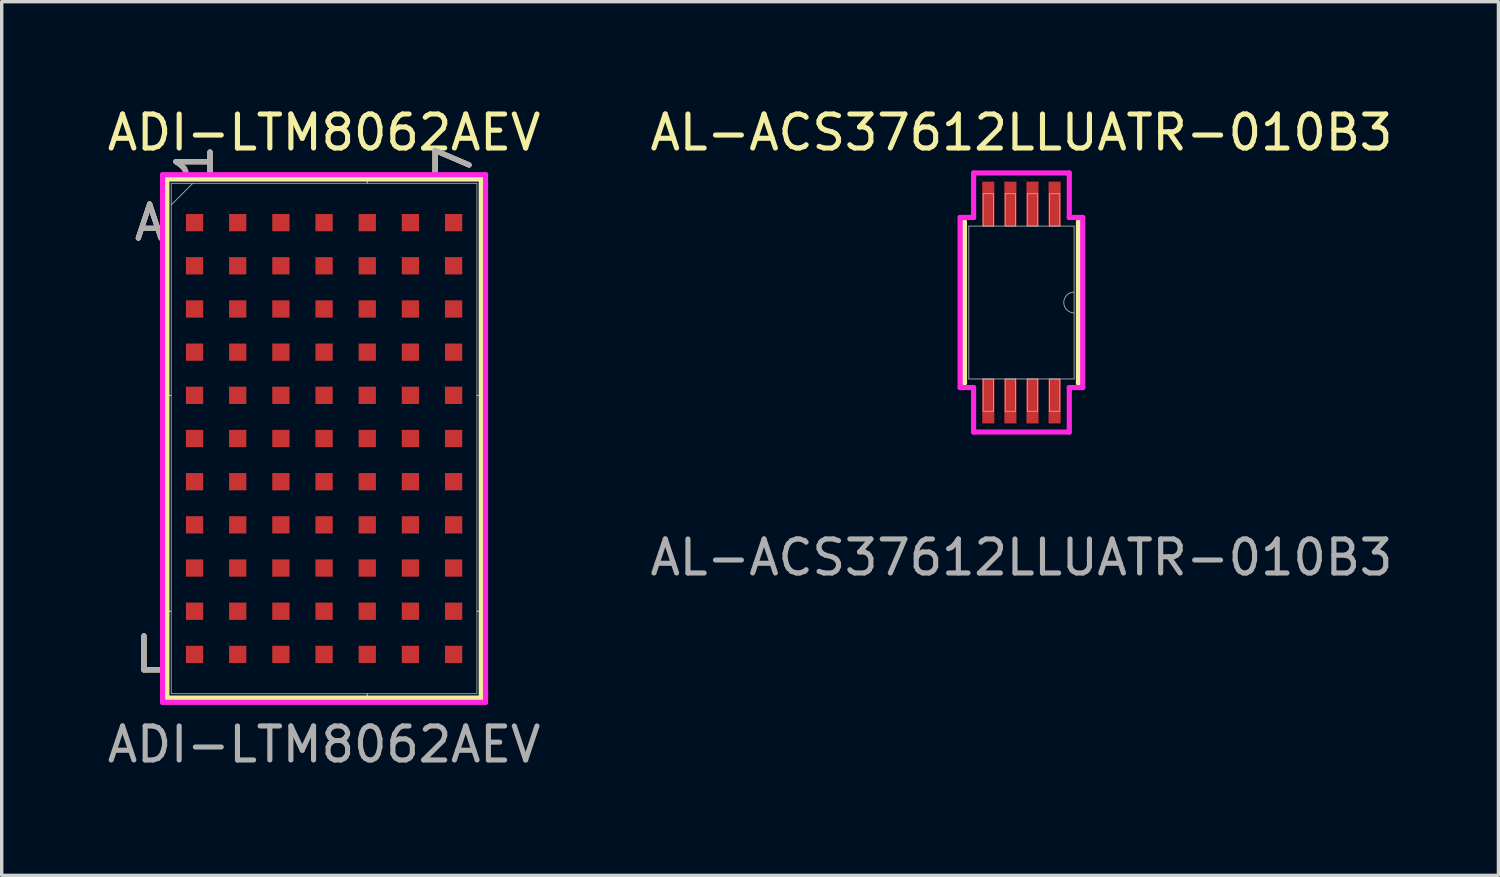
<source format=kicad_pcb>
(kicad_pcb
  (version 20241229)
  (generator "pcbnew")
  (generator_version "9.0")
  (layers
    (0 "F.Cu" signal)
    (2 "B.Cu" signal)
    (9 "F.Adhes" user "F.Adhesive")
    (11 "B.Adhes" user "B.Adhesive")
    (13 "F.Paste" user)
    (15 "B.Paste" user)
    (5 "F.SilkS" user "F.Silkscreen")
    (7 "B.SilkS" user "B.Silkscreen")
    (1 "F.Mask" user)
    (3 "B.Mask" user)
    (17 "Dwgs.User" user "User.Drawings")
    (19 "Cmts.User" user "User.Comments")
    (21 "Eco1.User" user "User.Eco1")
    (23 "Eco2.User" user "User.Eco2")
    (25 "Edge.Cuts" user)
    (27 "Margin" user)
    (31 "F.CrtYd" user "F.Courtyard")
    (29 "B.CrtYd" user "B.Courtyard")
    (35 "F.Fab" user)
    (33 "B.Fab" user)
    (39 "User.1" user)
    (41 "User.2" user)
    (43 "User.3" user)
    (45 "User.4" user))
  (footprint "AL-ACS37612LLUATR-010B3"
    (layer "F.Cu")
    (at 26.994 5.848)
    (property "Reference" "AL-ACS37612LLUATR-010B3" (at 0 -5 0) (unlocked yes) (layer "F.SilkS") (effects (font (size 1 1) (thickness 0.15))))
    (attr smd)
    (fp_line (start -1.676 -2.375) (end -1.676 2.375) (stroke (width 0.152) (type solid)) (layer "F.SilkS"))
    (fp_line (start 1.676 2.375) (end 1.676 -2.375) (stroke (width 0.152) (type solid)) (layer "F.SilkS"))
    (fp_line (start -1.803 -2.502) (end -1.407 -2.502) (stroke (width 0.152) (type solid)) (layer "F.CrtYd"))
    (fp_line (start -1.803 2.502) (end -1.803 -2.502) (stroke (width 0.152) (type solid)) (layer "F.CrtYd"))
    (fp_line (start -1.407 -3.81) (end -1.407 -2.502) (stroke (width 0.152) (type solid)) (layer "F.CrtYd"))
    (fp_line (start -1.407 -3.81) (end 1.407 -3.81) (stroke (width 0.152) (type solid)) (layer "F.CrtYd"))
    (fp_line (start -1.407 2.502) (end -1.803 2.502) (stroke (width 0.152) (type solid)) (layer "F.CrtYd"))
    (fp_line (start -1.407 3.81) (end -1.407 2.502) (stroke (width 0.152) (type solid)) (layer "F.CrtYd"))
    (fp_line (start 1.407 -3.81) (end 1.407 -2.502) (stroke (width 0.152) (type solid)) (layer "F.CrtYd"))
    (fp_line (start 1.407 -2.502) (end 1.803 -2.502) (stroke (width 0.152) (type solid)) (layer "F.CrtYd"))
    (fp_line (start 1.407 3.81) (end -1.407 3.81) (stroke (width 0.152) (type solid)) (layer "F.CrtYd"))
    (fp_line (start 1.407 3.81) (end 1.407 2.502) (stroke (width 0.152) (type solid)) (layer "F.CrtYd"))
    (fp_line (start 1.803 -2.502) (end 1.803 2.502) (stroke (width 0.152) (type solid)) (layer "F.CrtYd"))
    (fp_line (start 1.803 2.502) (end 1.407 2.502) (stroke (width 0.152) (type solid)) (layer "F.CrtYd"))
    (fp_line (start -1.549 -2.248) (end -1.549 2.248) (stroke (width 0.025) (type solid)) (layer "F.Fab"))
    (fp_line (start -1.549 2.248) (end 1.549 2.248) (stroke (width 0.025) (type solid)) (layer "F.Fab"))
    (fp_line (start -1.127 -3.2) (end -1.127 -2.248) (stroke (width 0.025) (type solid)) (layer "F.Fab"))
    (fp_line (start -1.127 -2.248) (end -0.823 -2.248) (stroke (width 0.025) (type solid)) (layer "F.Fab"))
    (fp_line (start -1.127 2.248) (end -1.127 3.2) (stroke (width 0.025) (type solid)) (layer "F.Fab"))
    (fp_line (start -1.127 3.2) (end -0.823 3.2) (stroke (width 0.025) (type solid)) (layer "F.Fab"))
    (fp_line (start -0.823 -3.2) (end -1.127 -3.2) (stroke (width 0.025) (type solid)) (layer "F.Fab"))
    (fp_line (start -0.823 -2.248) (end -0.823 -3.2) (stroke (width 0.025) (type solid)) (layer "F.Fab"))
    (fp_line (start -0.823 2.248) (end -1.127 2.248) (stroke (width 0.025) (type solid)) (layer "F.Fab"))
    (fp_line (start -0.823 3.2) (end -0.823 2.248) (stroke (width 0.025) (type solid)) (layer "F.Fab"))
    (fp_line (start -0.477 -3.2) (end -0.477 -2.248) (stroke (width 0.025) (type solid)) (layer "F.Fab"))
    (fp_line (start -0.477 -2.248) (end -0.173 -2.248) (stroke (width 0.025) (type solid)) (layer "F.Fab"))
    (fp_line (start -0.477 2.248) (end -0.477 3.2) (stroke (width 0.025) (type solid)) (layer "F.Fab"))
    (fp_line (start -0.477 3.2) (end -0.173 3.2) (stroke (width 0.025) (type solid)) (layer "F.Fab"))
    (fp_line (start -0.173 -3.2) (end -0.477 -3.2) (stroke (width 0.025) (type solid)) (layer "F.Fab"))
    (fp_line (start -0.173 -2.248) (end -0.173 -3.2) (stroke (width 0.025) (type solid)) (layer "F.Fab"))
    (fp_line (start -0.173 2.248) (end -0.477 2.248) (stroke (width 0.025) (type solid)) (layer "F.Fab"))
    (fp_line (start -0.173 3.2) (end -0.173 2.248) (stroke (width 0.025) (type solid)) (layer "F.Fab"))
    (fp_line (start 0.173 -3.2) (end 0.173 -2.248) (stroke (width 0.025) (type solid)) (layer "F.Fab"))
    (fp_line (start 0.173 -2.248) (end 0.477 -2.248) (stroke (width 0.025) (type solid)) (layer "F.Fab"))
    (fp_line (start 0.173 2.248) (end 0.173 3.2) (stroke (width 0.025) (type solid)) (layer "F.Fab"))
    (fp_line (start 0.173 3.2) (end 0.477 3.2) (stroke (width 0.025) (type solid)) (layer "F.Fab"))
    (fp_line (start 0.477 -3.2) (end 0.173 -3.2) (stroke (width 0.025) (type solid)) (layer "F.Fab"))
    (fp_line (start 0.477 -2.248) (end 0.477 -3.2) (stroke (width 0.025) (type solid)) (layer "F.Fab"))
    (fp_line (start 0.477 2.248) (end 0.173 2.248) (stroke (width 0.025) (type solid)) (layer "F.Fab"))
    (fp_line (start 0.477 3.2) (end 0.477 2.248) (stroke (width 0.025) (type solid)) (layer "F.Fab"))
    (fp_line (start 0.823 -3.2) (end 0.823 -2.248) (stroke (width 0.025) (type solid)) (layer "F.Fab"))
    (fp_line (start 0.823 -2.248) (end 1.127 -2.248) (stroke (width 0.025) (type solid)) (layer "F.Fab"))
    (fp_line (start 0.823 2.248) (end 0.823 3.2) (stroke (width 0.025) (type solid)) (layer "F.Fab"))
    (fp_line (start 0.823 3.2) (end 1.127 3.2) (stroke (width 0.025) (type solid)) (layer "F.Fab"))
    (fp_line (start 1.127 -3.2) (end 0.823 -3.2) (stroke (width 0.025) (type solid)) (layer "F.Fab"))
    (fp_line (start 1.127 -2.248) (end 1.127 -3.2) (stroke (width 0.025) (type solid)) (layer "F.Fab"))
    (fp_line (start 1.127 2.248) (end 0.823 2.248) (stroke (width 0.025) (type solid)) (layer "F.Fab"))
    (fp_line (start 1.127 3.2) (end 1.127 2.248) (stroke (width 0.025) (type solid)) (layer "F.Fab"))
    (fp_line (start 1.549 -2.248) (end -1.549 -2.248) (stroke (width 0.025) (type solid)) (layer "F.Fab"))
    (fp_line (start 1.549 2.248) (end 1.549 -2.248) (stroke (width 0.025) (type solid)) (layer "F.Fab"))
    (fp_arc (start 1.5494 0.3048) (mid 1.2446 0) (end 1.5494 -0.3048) (stroke (width 0.0254) (type solid)) (layer "F.Fab"))
    (fp_text user "${REFERENCE}" (at 0 7.5 0) (unlocked yes) (layer "F.Fab") (effects (font (size 1 1) (thickness 0.15))))
    (pad "1" smd rect (at 0.975 -2.902 270) (size 1.308 0.356) (layers "F.Cu" "F.Mask" "F.Paste"))
    (pad "2" smd rect (at 0.325 -2.902 270) (size 1.308 0.356) (layers "F.Cu" "F.Mask" "F.Paste"))
    (pad "3" smd rect (at -0.325 -2.902 270) (size 1.308 0.356) (layers "F.Cu" "F.Mask" "F.Paste"))
    (pad "4" smd rect (at -0.975 -2.902 270) (size 1.308 0.356) (layers "F.Cu" "F.Mask" "F.Paste"))
    (pad "5" smd rect (at -0.975 2.902 270) (size 1.308 0.356) (layers "F.Cu" "F.Mask" "F.Paste"))
    (pad "6" smd rect (at -0.325 2.902 270) (size 1.308 0.356) (layers "F.Cu" "F.Mask" "F.Paste"))
    (pad "7" smd rect (at 0.325 2.902 270) (size 1.308 0.356) (layers "F.Cu" "F.Mask" "F.Paste"))
    (pad "8" smd rect (at 0.975 2.902 270) (size 1.308 0.356) (layers "F.Cu" "F.Mask" "F.Paste")))
  (footprint "ADI-LTM8062AEV"
    (layer "F.Cu")
    (at 6.482 9.848)
    (property "Reference" "ADI-LTM8062AEV" (at 0 -9 0) (unlocked yes) (layer "F.SilkS") (effects (font (size 1 1) (thickness 0.15))))
    (attr smd)
    (fp_line (start -4.623 -7.633) (end -4.623 7.633) (stroke (width 0.152) (type solid)) (layer "F.SilkS"))
    (fp_line (start -4.623 7.633) (end 4.623 7.633) (stroke (width 0.152) (type solid)) (layer "F.SilkS"))
    (fp_line (start -4.496 -1.27) (end -4.75 -1.27) (stroke (width 0.025) (type solid)) (layer "F.SilkS"))
    (fp_line (start -4.496 5.08) (end -4.75 5.08) (stroke (width 0.025) (type solid)) (layer "F.SilkS"))
    (fp_line (start 1.27 -7.506) (end 1.27 -7.76) (stroke (width 0.025) (type solid)) (layer "F.SilkS"))
    (fp_line (start 1.27 7.506) (end 1.27 7.76) (stroke (width 0.025) (type solid)) (layer "F.SilkS"))
    (fp_line (start 4.496 -1.27) (end 4.75 -1.27) (stroke (width 0.025) (type solid)) (layer "F.SilkS"))
    (fp_line (start 4.496 5.08) (end 4.75 5.08) (stroke (width 0.025) (type solid)) (layer "F.SilkS"))
    (fp_line (start 4.623 -7.633) (end -4.623 -7.633) (stroke (width 0.152) (type solid)) (layer "F.SilkS"))
    (fp_line (start 4.623 7.633) (end 4.623 -7.633) (stroke (width 0.152) (type solid)) (layer "F.SilkS"))
    (fp_poly (pts (xy -4.953 -7.493) (xy 4.953 -7.493) (xy 4.953 7.493) (xy -4.953 7.493)) (stroke (width 0.1) (type solid)) (fill no) (layer "Eco2.User"))
    (fp_line (start -4.75 -7.76) (end 4.75 -7.76) (stroke (width 0.152) (type solid)) (layer "F.CrtYd"))
    (fp_line (start -4.75 7.76) (end -4.75 -7.76) (stroke (width 0.152) (type solid)) (layer "F.CrtYd"))
    (fp_line (start 4.75 -7.76) (end 4.75 7.76) (stroke (width 0.152) (type solid)) (layer "F.CrtYd"))
    (fp_line (start 4.75 7.76) (end -4.75 7.76) (stroke (width 0.152) (type solid)) (layer "F.CrtYd"))
    (fp_line (start -4.496 -7.506) (end -4.496 7.506) (stroke (width 0.025) (type solid)) (layer "F.Fab"))
    (fp_line (start -4.496 7.506) (end 4.496 7.506) (stroke (width 0.025) (type solid)) (layer "F.Fab"))
    (fp_line (start -3.861 -7.506) (end -4.496 -6.871) (stroke (width 0.025) (type solid)) (layer "F.Fab"))
    (fp_line (start 4.496 -7.506) (end -4.496 -7.506) (stroke (width 0.025) (type solid)) (layer "F.Fab"))
    (fp_line (start 4.496 7.506) (end 4.496 -7.506) (stroke (width 0.025) (type solid)) (layer "F.Fab"))
    (fp_text user "7" (at 3.81 -8.141 90) (unlocked yes) (layer "F.SilkS") (effects (font (size 1 1) (thickness 0.15))))
    (fp_text user "L" (at -5.131 6.35 0) (unlocked yes) (layer "F.SilkS") (effects (font (size 1 1) (thickness 0.15))))
    (fp_text user "1" (at -3.81 -8.141 90) (unlocked yes) (layer "F.SilkS") (effects (font (size 1 1) (thickness 0.15))))
    (fp_text user "A" (at -5.131 -6.35 0) (unlocked yes) (layer "F.SilkS") (effects (font (size 1 1) (thickness 0.15))))
    (fp_text user "A" (at -5.131 -6.35 0) (unlocked yes) (layer "B.SilkS") (effects (font (size 1 1) (thickness 0.15))))
    (fp_text user "L" (at -5.131 6.35 0) (unlocked yes) (layer "B.SilkS") (effects (font (size 1 1) (thickness 0.15))))
    (fp_text user "1" (at -3.81 -8.141 90) (unlocked yes) (layer "B.SilkS") (effects (font (size 1 1) (thickness 0.15))))
    (fp_text user "7" (at 3.81 -8.141 90) (unlocked yes) (layer "B.SilkS") (effects (font (size 1 1) (thickness 0.15))))
    (fp_text user "L" (at -5.131 6.35 0) (unlocked yes) (layer "F.Fab") (effects (font (size 1 1) (thickness 0.15))))
    (fp_text user "${REFERENCE}" (at 0 9 0) (unlocked yes) (layer "F.Fab") (effects (font (size 1 1) (thickness 0.15))))
    (fp_text user "7" (at 3.81 -8.141 90) (unlocked yes) (layer "F.Fab") (effects (font (size 1 1) (thickness 0.15))))
    (fp_text user "A" (at -5.131 -6.35 0) (unlocked yes) (layer "F.Fab") (effects (font (size 1 1) (thickness 0.15))))
    (fp_text user "1" (at -3.81 -8.141 90) (unlocked yes) (layer "F.Fab") (effects (font (size 1 1) (thickness 0.15))))
    (pad "A1" smd rect (at -3.81 -6.35) (size 0.508 0.508) (layers "F.Cu" "F.Mask" "F.Paste"))
    (pad "A2" smd rect (at -2.54 -6.35) (size 0.508 0.508) (layers "F.Cu" "F.Mask" "F.Paste"))
    (pad "A3" smd rect (at -1.27 -6.35) (size 0.508 0.508) (layers "F.Cu" "F.Mask" "F.Paste"))
    (pad "A4" smd rect (at 0 -6.35) (size 0.508 0.508) (layers "F.Cu" "F.Mask" "F.Paste"))
    (pad "A5" smd rect (at 1.27 -6.35) (size 0.508 0.508) (layers "F.Cu" "F.Mask" "F.Paste"))
    (pad "A6" smd rect (at 2.54 -6.35) (size 0.508 0.508) (layers "F.Cu" "F.Mask" "F.Paste"))
    (pad "A7" smd rect (at 3.81 -6.35) (size 0.508 0.508) (layers "F.Cu" "F.Mask" "F.Paste"))
    (pad "B1" smd rect (at -3.81 -5.08) (size 0.508 0.508) (layers "F.Cu" "F.Mask" "F.Paste"))
    (pad "B2" smd rect (at -2.54 -5.08) (size 0.508 0.508) (layers "F.Cu" "F.Mask" "F.Paste"))
    (pad "B3" smd rect (at -1.27 -5.08) (size 0.508 0.508) (layers "F.Cu" "F.Mask" "F.Paste"))
    (pad "B4" smd rect (at 0 -5.08) (size 0.508 0.508) (layers "F.Cu" "F.Mask" "F.Paste"))
    (pad "B5" smd rect (at 1.27 -5.08) (size 0.508 0.508) (layers "F.Cu" "F.Mask" "F.Paste"))
    (pad "B6" smd rect (at 2.54 -5.08) (size 0.508 0.508) (layers "F.Cu" "F.Mask" "F.Paste"))
    (pad "B7" smd rect (at 3.81 -5.08) (size 0.508 0.508) (layers "F.Cu" "F.Mask" "F.Paste"))
    (pad "C1" smd rect (at -3.81 -3.81) (size 0.508 0.508) (layers "F.Cu" "F.Mask" "F.Paste"))
    (pad "C2" smd rect (at -2.54 -3.81) (size 0.508 0.508) (layers "F.Cu" "F.Mask" "F.Paste"))
    (pad "C3" smd rect (at -1.27 -3.81) (size 0.508 0.508) (layers "F.Cu" "F.Mask" "F.Paste"))
    (pad "C4" smd rect (at 0 -3.81) (size 0.508 0.508) (layers "F.Cu" "F.Mask" "F.Paste"))
    (pad "C5" smd rect (at 1.27 -3.81) (size 0.508 0.508) (layers "F.Cu" "F.Mask" "F.Paste"))
    (pad "C6" smd rect (at 2.54 -3.81) (size 0.508 0.508) (layers "F.Cu" "F.Mask" "F.Paste"))
    (pad "C7" smd rect (at 3.81 -3.81) (size 0.508 0.508) (layers "F.Cu" "F.Mask" "F.Paste"))
    (pad "D1" smd rect (at -3.81 -2.54) (size 0.508 0.508) (layers "F.Cu" "F.Mask" "F.Paste"))
    (pad "D2" smd rect (at -2.54 -2.54) (size 0.508 0.508) (layers "F.Cu" "F.Mask" "F.Paste"))
    (pad "D3" smd rect (at -1.27 -2.54) (size 0.508 0.508) (layers "F.Cu" "F.Mask" "F.Paste"))
    (pad "D4" smd rect (at 0 -2.54) (size 0.508 0.508) (layers "F.Cu" "F.Mask" "F.Paste"))
    (pad "D5" smd rect (at 1.27 -2.54) (size 0.508 0.508) (layers "F.Cu" "F.Mask" "F.Paste"))
    (pad "D6" smd rect (at 2.54 -2.54) (size 0.508 0.508) (layers "F.Cu" "F.Mask" "F.Paste"))
    (pad "D7" smd rect (at 3.81 -2.54) (size 0.508 0.508) (layers "F.Cu" "F.Mask" "F.Paste"))
    (pad "E1" smd rect (at -3.81 -1.27) (size 0.508 0.508) (layers "F.Cu" "F.Mask" "F.Paste"))
    (pad "E2" smd rect (at -2.54 -1.27) (size 0.508 0.508) (layers "F.Cu" "F.Mask" "F.Paste"))
    (pad "E3" smd rect (at -1.27 -1.27) (size 0.508 0.508) (layers "F.Cu" "F.Mask" "F.Paste"))
    (pad "E4" smd rect (at 0 -1.27) (size 0.508 0.508) (layers "F.Cu" "F.Mask" "F.Paste"))
    (pad "E5" smd rect (at 1.27 -1.27) (size 0.508 0.508) (layers "F.Cu" "F.Mask" "F.Paste"))
    (pad "E6" smd rect (at 2.54 -1.27) (size 0.508 0.508) (layers "F.Cu" "F.Mask" "F.Paste"))
    (pad "E7" smd rect (at 3.81 -1.27) (size 0.508 0.508) (layers "F.Cu" "F.Mask" "F.Paste"))
    (pad "F1" smd rect (at -3.81 0) (size 0.508 0.508) (layers "F.Cu" "F.Mask" "F.Paste"))
    (pad "F2" smd rect (at -2.54 0) (size 0.508 0.508) (layers "F.Cu" "F.Mask" "F.Paste"))
    (pad "F3" smd rect (at -1.27 0) (size 0.508 0.508) (layers "F.Cu" "F.Mask" "F.Paste"))
    (pad "F4" smd rect (at 0 0) (size 0.508 0.508) (layers "F.Cu" "F.Mask" "F.Paste"))
    (pad "F5" smd rect (at 1.27 0) (size 0.508 0.508) (layers "F.Cu" "F.Mask" "F.Paste"))
    (pad "F6" smd rect (at 2.54 0) (size 0.508 0.508) (layers "F.Cu" "F.Mask" "F.Paste"))
    (pad "F7" smd rect (at 3.81 0) (size 0.508 0.508) (layers "F.Cu" "F.Mask" "F.Paste"))
    (pad "G1" smd rect (at -3.81 1.27) (size 0.508 0.508) (layers "F.Cu" "F.Mask" "F.Paste"))
    (pad "G2" smd rect (at -2.54 1.27) (size 0.508 0.508) (layers "F.Cu" "F.Mask" "F.Paste"))
    (pad "G3" smd rect (at -1.27 1.27) (size 0.508 0.508) (layers "F.Cu" "F.Mask" "F.Paste"))
    (pad "G4" smd rect (at 0 1.27) (size 0.508 0.508) (layers "F.Cu" "F.Mask" "F.Paste"))
    (pad "G5" smd rect (at 1.27 1.27) (size 0.508 0.508) (layers "F.Cu" "F.Mask" "F.Paste"))
    (pad "G6" smd rect (at 2.54 1.27) (size 0.508 0.508) (layers "F.Cu" "F.Mask" "F.Paste"))
    (pad "G7" smd rect (at 3.81 1.27) (size 0.508 0.508) (layers "F.Cu" "F.Mask" "F.Paste"))
    (pad "H1" smd rect (at -3.81 2.54) (size 0.508 0.508) (layers "F.Cu" "F.Mask" "F.Paste"))
    (pad "H2" smd rect (at -2.54 2.54) (size 0.508 0.508) (layers "F.Cu" "F.Mask" "F.Paste"))
    (pad "H3" smd rect (at -1.27 2.54) (size 0.508 0.508) (layers "F.Cu" "F.Mask" "F.Paste"))
    (pad "H4" smd rect (at 0 2.54) (size 0.508 0.508) (layers "F.Cu" "F.Mask" "F.Paste"))
    (pad "H5" smd rect (at 1.27 2.54) (size 0.508 0.508) (layers "F.Cu" "F.Mask" "F.Paste"))
    (pad "H6" smd rect (at 2.54 2.54) (size 0.508 0.508) (layers "F.Cu" "F.Mask" "F.Paste"))
    (pad "H7" smd rect (at 3.81 2.54) (size 0.508 0.508) (layers "F.Cu" "F.Mask" "F.Paste"))
    (pad "J1" smd rect (at -3.81 3.81) (size 0.508 0.508) (layers "F.Cu" "F.Mask" "F.Paste"))
    (pad "J2" smd rect (at -2.54 3.81) (size 0.508 0.508) (layers "F.Cu" "F.Mask" "F.Paste"))
    (pad "J3" smd rect (at -1.27 3.81) (size 0.508 0.508) (layers "F.Cu" "F.Mask" "F.Paste"))
    (pad "J4" smd rect (at 0 3.81) (size 0.508 0.508) (layers "F.Cu" "F.Mask" "F.Paste"))
    (pad "J5" smd rect (at 1.27 3.81) (size 0.508 0.508) (layers "F.Cu" "F.Mask" "F.Paste"))
    (pad "J6" smd rect (at 2.54 3.81) (size 0.508 0.508) (layers "F.Cu" "F.Mask" "F.Paste"))
    (pad "J7" smd rect (at 3.81 3.81) (size 0.508 0.508) (layers "F.Cu" "F.Mask" "F.Paste"))
    (pad "K1" smd rect (at -3.81 5.08) (size 0.508 0.508) (layers "F.Cu" "F.Mask" "F.Paste"))
    (pad "K2" smd rect (at -2.54 5.08) (size 0.508 0.508) (layers "F.Cu" "F.Mask" "F.Paste"))
    (pad "K3" smd rect (at -1.27 5.08) (size 0.508 0.508) (layers "F.Cu" "F.Mask" "F.Paste"))
    (pad "K4" smd rect (at 0 5.08) (size 0.508 0.508) (layers "F.Cu" "F.Mask" "F.Paste"))
    (pad "K5" smd rect (at 1.27 5.08) (size 0.508 0.508) (layers "F.Cu" "F.Mask" "F.Paste"))
    (pad "K6" smd rect (at 2.54 5.08) (size 0.508 0.508) (layers "F.Cu" "F.Mask" "F.Paste"))
    (pad "K7" smd rect (at 3.81 5.08) (size 0.508 0.508) (layers "F.Cu" "F.Mask" "F.Paste"))
    (pad "L1" smd rect (at -3.81 6.35) (size 0.508 0.508) (layers "F.Cu" "F.Mask" "F.Paste"))
    (pad "L2" smd rect (at -2.54 6.35) (size 0.508 0.508) (layers "F.Cu" "F.Mask" "F.Paste"))
    (pad "L3" smd rect (at -1.27 6.35) (size 0.508 0.508) (layers "F.Cu" "F.Mask" "F.Paste"))
    (pad "L4" smd rect (at 0 6.35) (size 0.508 0.508) (layers "F.Cu" "F.Mask" "F.Paste"))
    (pad "L5" smd rect (at 1.27 6.35) (size 0.508 0.508) (layers "F.Cu" "F.Mask" "F.Paste"))
    (pad "L6" smd rect (at 2.54 6.35) (size 0.508 0.508) (layers "F.Cu" "F.Mask" "F.Paste"))
    (pad "L7" smd rect (at 3.81 6.35) (size 0.508 0.508) (layers "F.Cu" "F.Mask" "F.Paste")))
  (gr_rect
    (start -3 -3)
    (end 41.024 22.697)
    (stroke (width 0.1) (type default))
    (fill no)
    (layer "Edge.Cuts")))
</source>
